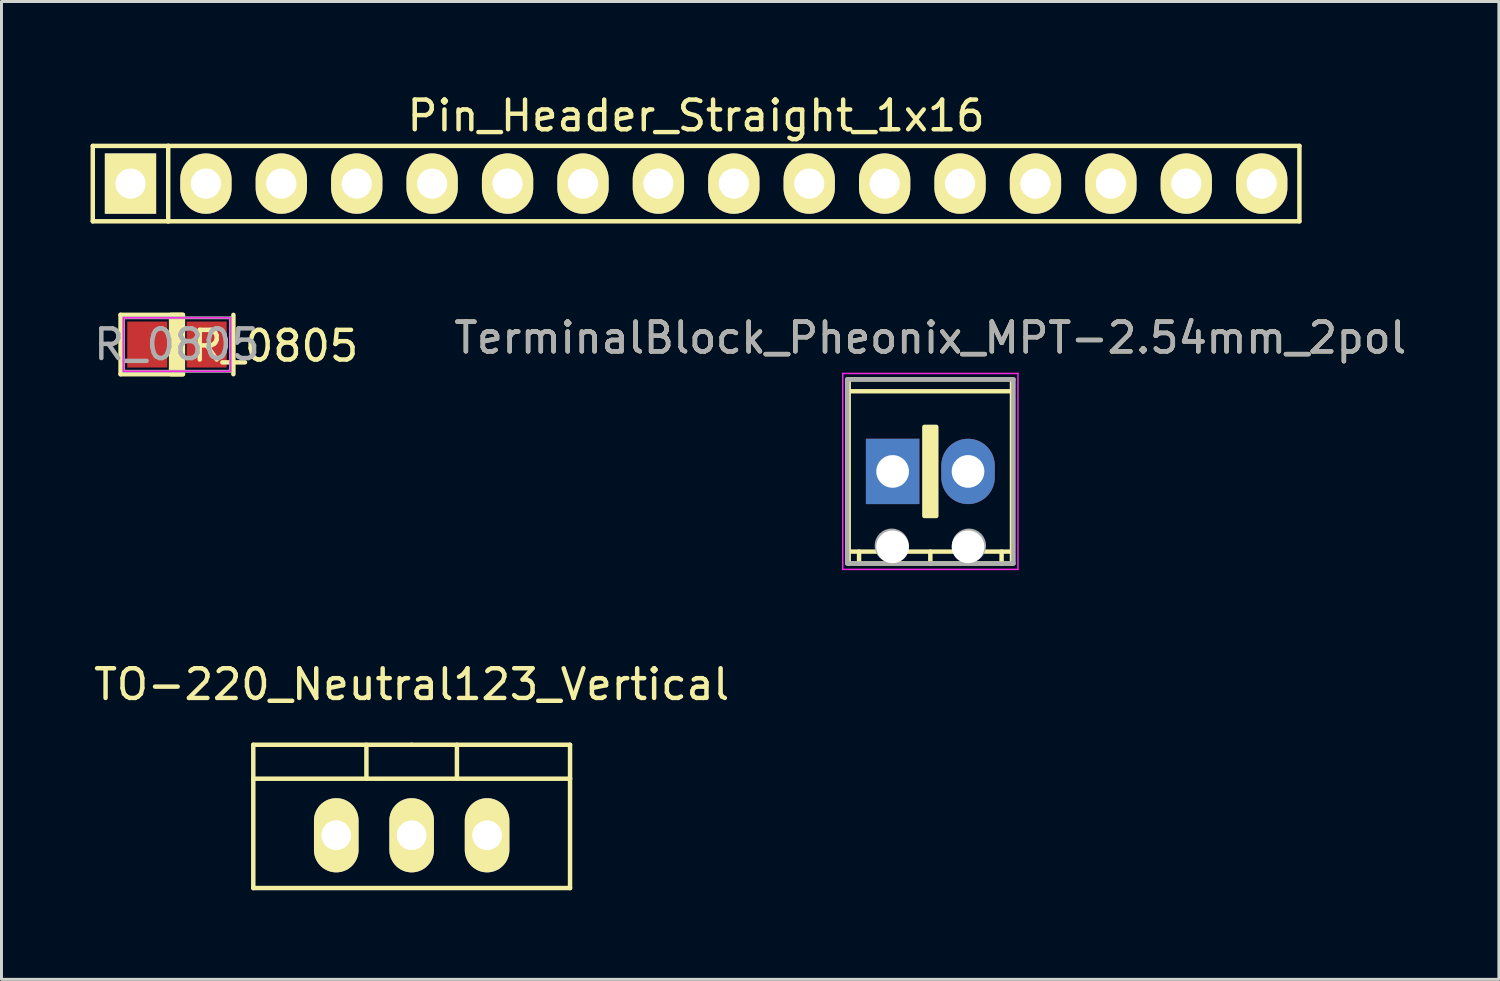
<source format=kicad_pcb>
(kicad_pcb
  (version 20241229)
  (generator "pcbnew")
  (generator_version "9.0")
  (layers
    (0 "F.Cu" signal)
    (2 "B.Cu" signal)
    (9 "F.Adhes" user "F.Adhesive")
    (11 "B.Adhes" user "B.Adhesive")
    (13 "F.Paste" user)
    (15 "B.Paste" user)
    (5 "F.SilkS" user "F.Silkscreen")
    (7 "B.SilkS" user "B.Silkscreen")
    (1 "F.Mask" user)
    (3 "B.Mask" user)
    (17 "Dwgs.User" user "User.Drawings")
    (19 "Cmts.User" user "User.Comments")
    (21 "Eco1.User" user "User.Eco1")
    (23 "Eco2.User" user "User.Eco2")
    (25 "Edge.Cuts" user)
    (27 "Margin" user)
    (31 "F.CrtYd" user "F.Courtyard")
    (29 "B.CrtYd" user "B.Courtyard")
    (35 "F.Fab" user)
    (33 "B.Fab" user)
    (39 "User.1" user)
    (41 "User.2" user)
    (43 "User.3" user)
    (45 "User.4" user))
  (footprint "TO-220_Neutral123_Vertical"
    (layer "F.Cu")
    (at 10.815 25.082)
    (property "Reference" "TO-220_Neutral123_Vertical" (at 0 -5.08 0) (layer "F.SilkS") (effects (font (size 1 1) (thickness 0.15))))
    (attr through_hole)
    (fp_line (start -5.334 -1.905) (end -5.334 -3.048) (stroke (width 0.15) (type solid)) (layer "F.SilkS"))
    (fp_line (start -5.334 1.778) (end -5.334 -1.905) (stroke (width 0.15) (type solid)) (layer "F.SilkS"))
    (fp_line (start -1.524 -3.048) (end -1.524 -1.905) (stroke (width 0.15) (type solid)) (layer "F.SilkS"))
    (fp_line (start 0 -3.048) (end -5.334 -3.048) (stroke (width 0.15) (type solid)) (layer "F.SilkS"))
    (fp_line (start 0 -3.048) (end 5.334 -3.048) (stroke (width 0.15) (type solid)) (layer "F.SilkS"))
    (fp_line (start 1.524 -3.048) (end 1.524 -1.905) (stroke (width 0.15) (type solid)) (layer "F.SilkS"))
    (fp_line (start 5.334 -3.048) (end 5.334 -1.905) (stroke (width 0.15) (type solid)) (layer "F.SilkS"))
    (fp_line (start 5.334 -1.905) (end -5.334 -1.905) (stroke (width 0.15) (type solid)) (layer "F.SilkS"))
    (fp_line (start 5.334 -1.905) (end 5.334 1.778) (stroke (width 0.15) (type solid)) (layer "F.SilkS"))
    (fp_line (start 5.334 1.778) (end -5.334 1.778) (stroke (width 0.15) (type solid)) (layer "F.SilkS"))
    (pad "1" thru_hole oval (at -2.54 0 90) (size 2.499 1.501) (drill 1.001) (layers "*.Cu" "*.Mask" "F.SilkS"))
    (pad "2" thru_hole oval (at 0 0 90) (size 2.499 1.501) (drill 1.001) (layers "*.Cu" "*.Mask" "F.SilkS"))
    (pad "3" thru_hole oval (at 2.54 0 90) (size 2.499 1.501) (drill 1.001) (layers "*.Cu" "*.Mask" "F.SilkS")))
  (footprint "TerminalBlock_Pheonix_MPT-2.54mm_2pol"
    (layer "F.Cu")
    (at 28.284 12.828)
    (property "Reference" "TerminalBlock_Pheonix_MPT-2.54mm_2pol" (at 0 -4.501 0) (layer "F.SilkS") (effects (font (size 1 1) (thickness 0.15))))
    (attr through_hole)
    (fp_line (start -2.75 -3.099) (end -2.75 3.099) (stroke (width 0.15) (type solid)) (layer "F.SilkS"))
    (fp_line (start -2.75 -2.7) (end 2.75 -2.7) (stroke (width 0.15) (type solid)) (layer "F.SilkS"))
    (fp_line (start -2.75 3.1) (end 2.75 3.1) (stroke (width 0.15) (type solid)) (layer "F.SilkS"))
    (fp_line (start -2.4 3.099) (end -2.4 2.7) (stroke (width 0.15) (type solid)) (layer "F.SilkS"))
    (fp_line (start 0 3.1) (end 0 2.7) (stroke (width 0.15) (type solid)) (layer "F.SilkS"))
    (fp_line (start 2.4 2.7) (end 2.4 3.1) (stroke (width 0.15) (type solid)) (layer "F.SilkS"))
    (fp_line (start 2.75 -3.1) (end -2.75 -3.1) (stroke (width 0.15) (type solid)) (layer "F.SilkS"))
    (fp_line (start 2.75 2.7) (end -2.75 2.7) (stroke (width 0.15) (type solid)) (layer "F.SilkS"))
    (fp_line (start 2.75 3.099) (end 2.75 -3.099) (stroke (width 0.15) (type solid)) (layer "F.SilkS"))
    (fp_poly (pts (xy -0.2 -1.5) (xy 0.2 -1.5) (xy 0.2 1.5) (xy -0.2 1.5)) (stroke (width 0.15) (type solid)) (fill yes) (layer "F.SilkS"))
    (fp_line (start -2.95 -3.3) (end 2.95 -3.3) (stroke (width 0.05) (type solid)) (layer "F.CrtYd"))
    (fp_line (start -2.95 3.3) (end -2.95 -3.3) (stroke (width 0.05) (type solid)) (layer "F.CrtYd"))
    (fp_line (start 2.95 -3.3) (end 2.95 3.3) (stroke (width 0.05) (type solid)) (layer "F.CrtYd"))
    (fp_line (start 2.95 3.3) (end -2.95 3.3) (stroke (width 0.05) (type solid)) (layer "F.CrtYd"))
    (fp_line (start -2.8 -3.1) (end 2.8 -3.1) (stroke (width 0.15) (type solid)) (layer "F.Fab"))
    (fp_line (start -2.8 3.1) (end -2.8 -3.1) (stroke (width 0.15) (type solid)) (layer "F.Fab"))
    (fp_line (start 2.8 -3.1) (end 2.8 3.1) (stroke (width 0.15) (type solid)) (layer "F.Fab"))
    (fp_line (start 2.8 3.1) (end -2.8 3.1) (stroke (width 0.15) (type solid)) (layer "F.Fab"))
    (fp_circle (center -1.3 2.5) (end -1.8 2.5) (stroke (width 0.15) (type solid)) (fill no) (layer "F.Fab"))
    (fp_circle (center 1.3 2.5) (end 0.8 2.5) (stroke (width 0.15) (type solid)) (fill no) (layer "F.Fab"))
    (fp_text user "${REFERENCE}" (at 0 -4.5 0) (layer "F.Fab") (effects (font (size 1 1) (thickness 0.15))))
    (pad "" np_thru_hole circle (at -1.27 2.54) (size 1.1 1.1) (drill 1.1) (layers "*.Cu" "*.Mask"))
    (pad "" np_thru_hole circle (at 1.27 2.54) (size 1.1 1.1) (drill 1.1) (layers "*.Cu" "*.Mask"))
    (pad "1" thru_hole rect (at -1.27 0) (size 1.8 2.2) (drill 1.1) (layers "*.Cu" "*.Mask"))
    (pad "2" thru_hole oval (at 1.27 0) (size 1.8 2.2) (drill 1.1) (layers "*.Cu" "*.Mask")))
  (footprint "R_0805"
    (layer "F.Cu")
    (at 2.911 8.554)
    (property "Reference" "R_0805" (at 3.314 0.05 0) (layer "F.SilkS") (effects (font (size 1 1) (thickness 0.15))))
    (attr smd)
    (fp_line (start -1.9 -1) (end -1.9 1) (stroke (width 0.15) (type solid)) (layer "F.SilkS"))
    (fp_line (start -1.9 -1) (end 0.2 -1) (stroke (width 0.15) (type solid)) (layer "F.SilkS"))
    (fp_line (start 0.2 1) (end -1.9 1) (stroke (width 0.15) (type solid)) (layer "F.SilkS"))
    (fp_line (start 1.9 -1) (end 1.9 1) (stroke (width 0.15) (type solid)) (layer "F.SilkS"))
    (fp_poly (pts (xy -0.2 -1) (xy 0.2 -1) (xy 0.2 1) (xy -0.2 1)) (stroke (width 0.15) (type solid)) (fill yes) (layer "F.SilkS"))
    (fp_line (start -1.8 -0.9) (end -1.8 0.9) (stroke (width 0.05) (type solid)) (layer "F.CrtYd"))
    (fp_line (start -1.8 -0.9) (end 1.8 -0.9) (stroke (width 0.05) (type solid)) (layer "F.CrtYd"))
    (fp_line (start 1.8 0.9) (end -1.8 0.9) (stroke (width 0.05) (type solid)) (layer "F.CrtYd"))
    (fp_line (start 1.8 0.9) (end 1.8 -0.9) (stroke (width 0.05) (type solid)) (layer "F.CrtYd"))
    (fp_line (start -1.8 -0.9) (end 1.8 -0.9) (stroke (width 0.1) (type solid)) (layer "F.Fab"))
    (fp_line (start -1.8 0.9) (end -1.8 -0.9) (stroke (width 0.1) (type solid)) (layer "F.Fab"))
    (fp_line (start 1.8 -0.9) (end 1.8 0.9) (stroke (width 0.1) (type solid)) (layer "F.Fab"))
    (fp_line (start 1.8 0.9) (end -1.8 0.9) (stroke (width 0.1) (type solid)) (layer "F.Fab"))
    (fp_text user "${REFERENCE}" (at 0 0 0) (layer "F.Fab") (effects (font (size 1 1) (thickness 0.15))))
    (pad "1" smd rect (at -1 0) (size 1.35 1.55) (layers "F.Cu" "F.Mask" "F.Paste"))
    (pad "2" smd rect (at 1 0) (size 1.35 1.55) (layers "F.Cu" "F.Mask" "F.Paste")))
  (footprint "Pin_Header_Straight_1x16"
    (layer "F.Cu")
    (at 20.395 3.134)
    (property "Reference" "Pin_Header_Straight_1x16" (at 0 -2.286 0) (layer "F.SilkS") (effects (font (size 1 1) (thickness 0.15))))
    (attr through_hole)
    (fp_line (start -20.32 -1.27) (end -20.32 1.27) (stroke (width 0.15) (type solid)) (layer "F.SilkS"))
    (fp_line (start -20.32 -1.27) (end -17.78 -1.27) (stroke (width 0.15) (type solid)) (layer "F.SilkS"))
    (fp_line (start -20.32 1.27) (end -17.78 1.27) (stroke (width 0.15) (type solid)) (layer "F.SilkS"))
    (fp_line (start -17.78 -1.27) (end -17.78 1.27) (stroke (width 0.15) (type solid)) (layer "F.SilkS"))
    (fp_line (start -17.78 1.27) (end 20.32 1.27) (stroke (width 0.15) (type solid)) (layer "F.SilkS"))
    (fp_line (start 20.32 -1.27) (end -17.78 -1.27) (stroke (width 0.15) (type solid)) (layer "F.SilkS"))
    (fp_line (start 20.32 1.27) (end 20.32 -1.27) (stroke (width 0.15) (type solid)) (layer "F.SilkS"))
    (pad "1" thru_hole rect (at -19.05 0) (size 1.727 2.032) (drill 1.016) (layers "*.Cu" "*.Mask" "F.SilkS"))
    (pad "2" thru_hole oval (at -16.51 0) (size 1.727 2.032) (drill 1.016) (layers "*.Cu" "*.Mask" "F.SilkS"))
    (pad "3" thru_hole oval (at -13.97 0) (size 1.727 2.032) (drill 1.016) (layers "*.Cu" "*.Mask" "F.SilkS"))
    (pad "4" thru_hole oval (at -11.43 0) (size 1.727 2.032) (drill 1.016) (layers "*.Cu" "*.Mask" "F.SilkS"))
    (pad "5" thru_hole oval (at -8.89 0) (size 1.727 2.032) (drill 1.016) (layers "*.Cu" "*.Mask" "F.SilkS"))
    (pad "6" thru_hole oval (at -6.35 0) (size 1.727 2.032) (drill 1.016) (layers "*.Cu" "*.Mask" "F.SilkS"))
    (pad "7" thru_hole oval (at -3.81 0) (size 1.727 2.032) (drill 1.016) (layers "*.Cu" "*.Mask" "F.SilkS"))
    (pad "8" thru_hole oval (at -1.27 0) (size 1.727 2.032) (drill 1.016) (layers "*.Cu" "*.Mask" "F.SilkS"))
    (pad "9" thru_hole oval (at 1.27 0) (size 1.727 2.032) (drill 1.016) (layers "*.Cu" "*.Mask" "F.SilkS"))
    (pad "10" thru_hole oval (at 3.81 0) (size 1.727 2.032) (drill 1.016) (layers "*.Cu" "*.Mask" "F.SilkS"))
    (pad "11" thru_hole oval (at 6.35 0) (size 1.727 2.032) (drill 1.016) (layers "*.Cu" "*.Mask" "F.SilkS"))
    (pad "12" thru_hole oval (at 8.89 0) (size 1.727 2.032) (drill 1.016) (layers "*.Cu" "*.Mask" "F.SilkS"))
    (pad "13" thru_hole oval (at 11.43 0) (size 1.727 2.032) (drill 1.016) (layers "*.Cu" "*.Mask" "F.SilkS"))
    (pad "14" thru_hole oval (at 13.97 0) (size 1.727 2.032) (drill 1.016) (layers "*.Cu" "*.Mask" "F.SilkS"))
    (pad "15" thru_hole oval (at 16.51 0) (size 1.727 2.032) (drill 1.016) (layers "*.Cu" "*.Mask" "F.SilkS"))
    (pad "16" thru_hole oval (at 19.05 0) (size 1.727 2.032) (drill 1.016) (layers "*.Cu" "*.Mask" "F.SilkS")))
  (gr_rect
    (start -3 -3)
    (end 47.433 29.935)
    (stroke (width 0.1) (type default))
    (fill no)
    (layer "Edge.Cuts")))
</source>
